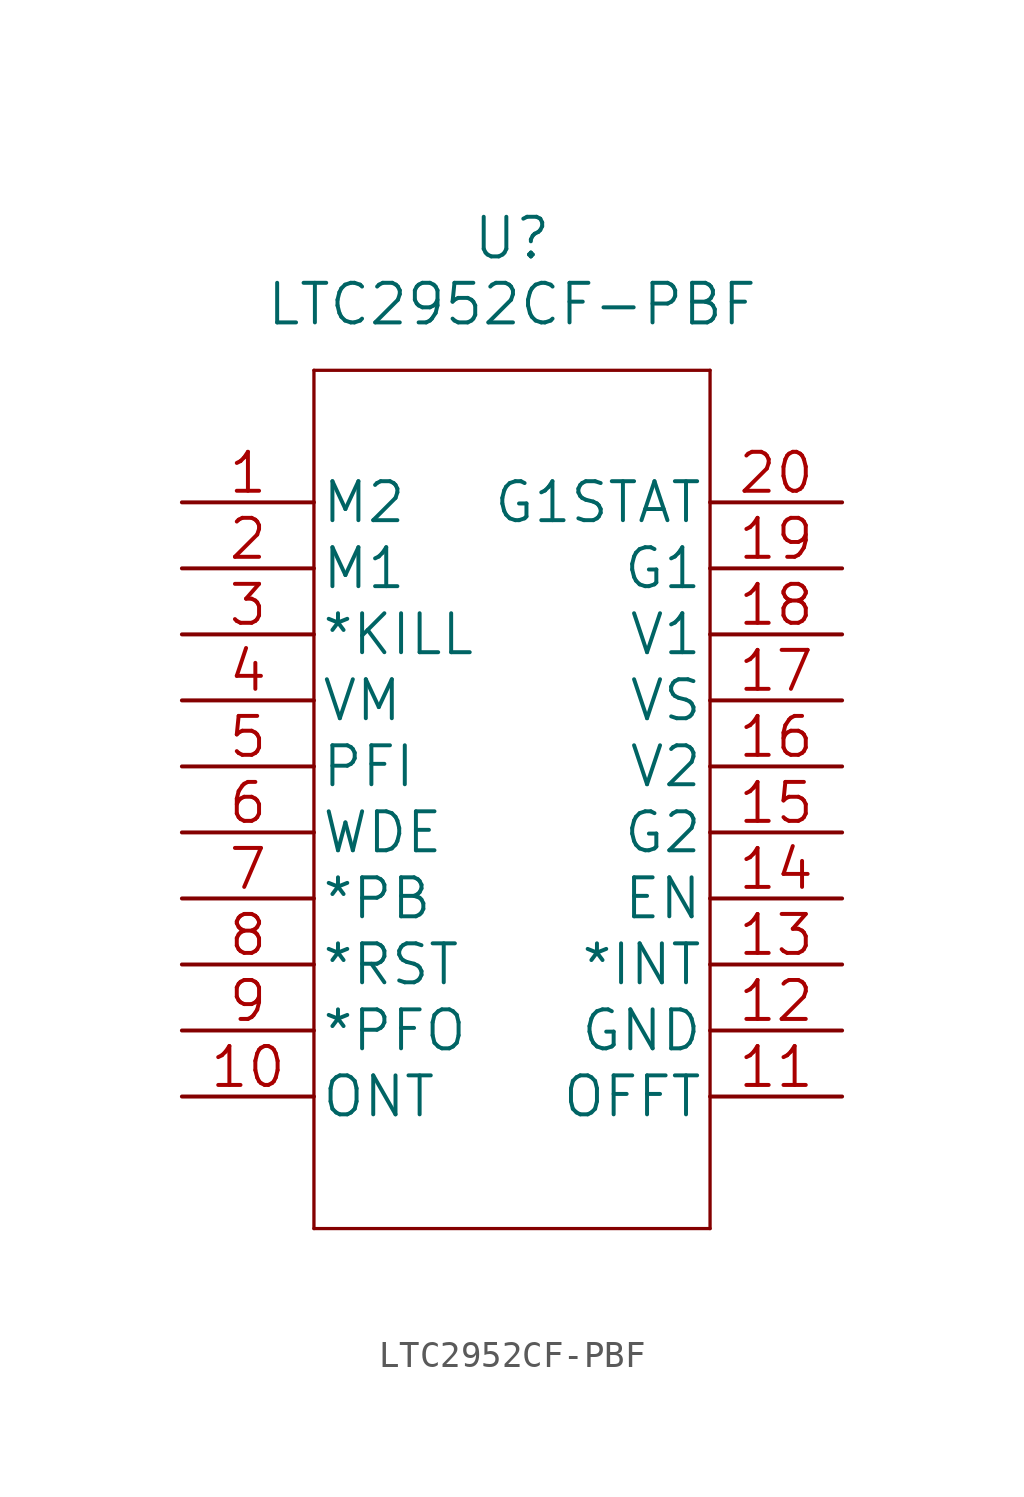
<source format=kicad_sym>
(kicad_symbol_lib
  (version 20211014)
  (generator kicad_symbol_editor)
  (symbol "LTC2952CF-PBF"
    (pin_names
      (offset 0.254))
    (property "Reference" "U"
      (at 0 22.86 0)
      (effects (font (size 1.524 1.524))))
    (property "Value" "LTC2952CF-PBF"
      (at 0 20.32 0)
      (effects (font (size 1.524 1.524))))
    (symbol "LTC2952CF-PBF_1_1"
      (polyline (pts (xy -7.62 -15.24) (xy 7.62 -15.24)) (stroke (width 0.127) (type default) (color 0 0 0 0)) (fill (type none)))
      (polyline (pts (xy -7.62 17.78) (xy -7.62 -15.24)) (stroke (width 0.127) (type default) (color 0 0 0 0)) (fill (type none)))
      (polyline (pts (xy 7.62 -15.24) (xy 7.62 17.78)) (stroke (width 0.127) (type default) (color 0 0 0 0)) (fill (type none)))
      (polyline (pts (xy 7.62 17.78) (xy -7.62 17.78)) (stroke (width 0.127) (type default) (color 0 0 0 0)) (fill (type none)))
      (pin input line (at -12.7 12.7 0) (length 5.08) (name "M2" (effects (font (size 1.499 1.499)))) (number "1" (effects (font (size 1.499 1.499)))))
      (pin input line (at -12.7 -10.16 0) (length 5.08) (name "ONT" (effects (font (size 1.499 1.499)))) (number "10" (effects (font (size 1.499 1.499)))))
      (pin input line (at 12.7 -10.16 180) (length 5.08) (name "OFFT" (effects (font (size 1.499 1.499)))) (number "11" (effects (font (size 1.499 1.499)))))
      (pin power_in line (at 12.7 -7.62 180) (length 5.08) (name "GND" (effects (font (size 1.499 1.499)))) (number "12" (effects (font (size 1.499 1.499)))))
      (pin output line (at 12.7 -5.08 180) (length 5.08) (name "*INT" (effects (font (size 1.499 1.499)))) (number "13" (effects (font (size 1.499 1.499)))))
      (pin output line (at 12.7 -2.54 180) (length 5.08) (name "EN" (effects (font (size 1.499 1.499)))) (number "14" (effects (font (size 1.499 1.499)))))
      (pin output line (at 12.7 0 180) (length 5.08) (name "G2" (effects (font (size 1.499 1.499)))) (number "15" (effects (font (size 1.499 1.499)))))
      (pin input line (at 12.7 2.54 180) (length 5.08) (name "V2" (effects (font (size 1.499 1.499)))) (number "16" (effects (font (size 1.499 1.499)))))
      (pin input line (at 12.7 5.08 180) (length 5.08) (name "VS" (effects (font (size 1.499 1.499)))) (number "17" (effects (font (size 1.499 1.499)))))
      (pin input line (at 12.7 7.62 180) (length 5.08) (name "V1" (effects (font (size 1.499 1.499)))) (number "18" (effects (font (size 1.499 1.499)))))
      (pin output line (at 12.7 10.16 180) (length 5.08) (name "G1" (effects (font (size 1.499 1.499)))) (number "19" (effects (font (size 1.499 1.499)))))
      (pin input line (at -12.7 10.16 0) (length 5.08) (name "M1" (effects (font (size 1.499 1.499)))) (number "2" (effects (font (size 1.499 1.499)))))
      (pin output line (at 12.7 12.7 180) (length 5.08) (name "G1STAT" (effects (font (size 1.499 1.499)))) (number "20" (effects (font (size 1.499 1.499)))))
      (pin input line (at -12.7 7.62 0) (length 5.08) (name "*KILL" (effects (font (size 1.499 1.499)))) (number "3" (effects (font (size 1.499 1.499)))))
      (pin input line (at -12.7 5.08 0) (length 5.08) (name "VM" (effects (font (size 1.499 1.499)))) (number "4" (effects (font (size 1.499 1.499)))))
      (pin input line (at -12.7 2.54 0) (length 5.08) (name "PFI" (effects (font (size 1.499 1.499)))) (number "5" (effects (font (size 1.499 1.499)))))
      (pin input line (at -12.7 0 0) (length 5.08) (name "WDE" (effects (font (size 1.499 1.499)))) (number "6" (effects (font (size 1.499 1.499)))))
      (pin input line (at -12.7 -2.54 0) (length 5.08) (name "*PB" (effects (font (size 1.499 1.499)))) (number "7" (effects (font (size 1.499 1.499)))))
      (pin output line (at -12.7 -5.08 0) (length 5.08) (name "*RST" (effects (font (size 1.499 1.499)))) (number "8" (effects (font (size 1.499 1.499)))))
      (pin output line (at -12.7 -7.62 0) (length 5.08) (name "*PFO" (effects (font (size 1.499 1.499)))) (number "9" (effects (font (size 1.499 1.499))))))))
</source>
